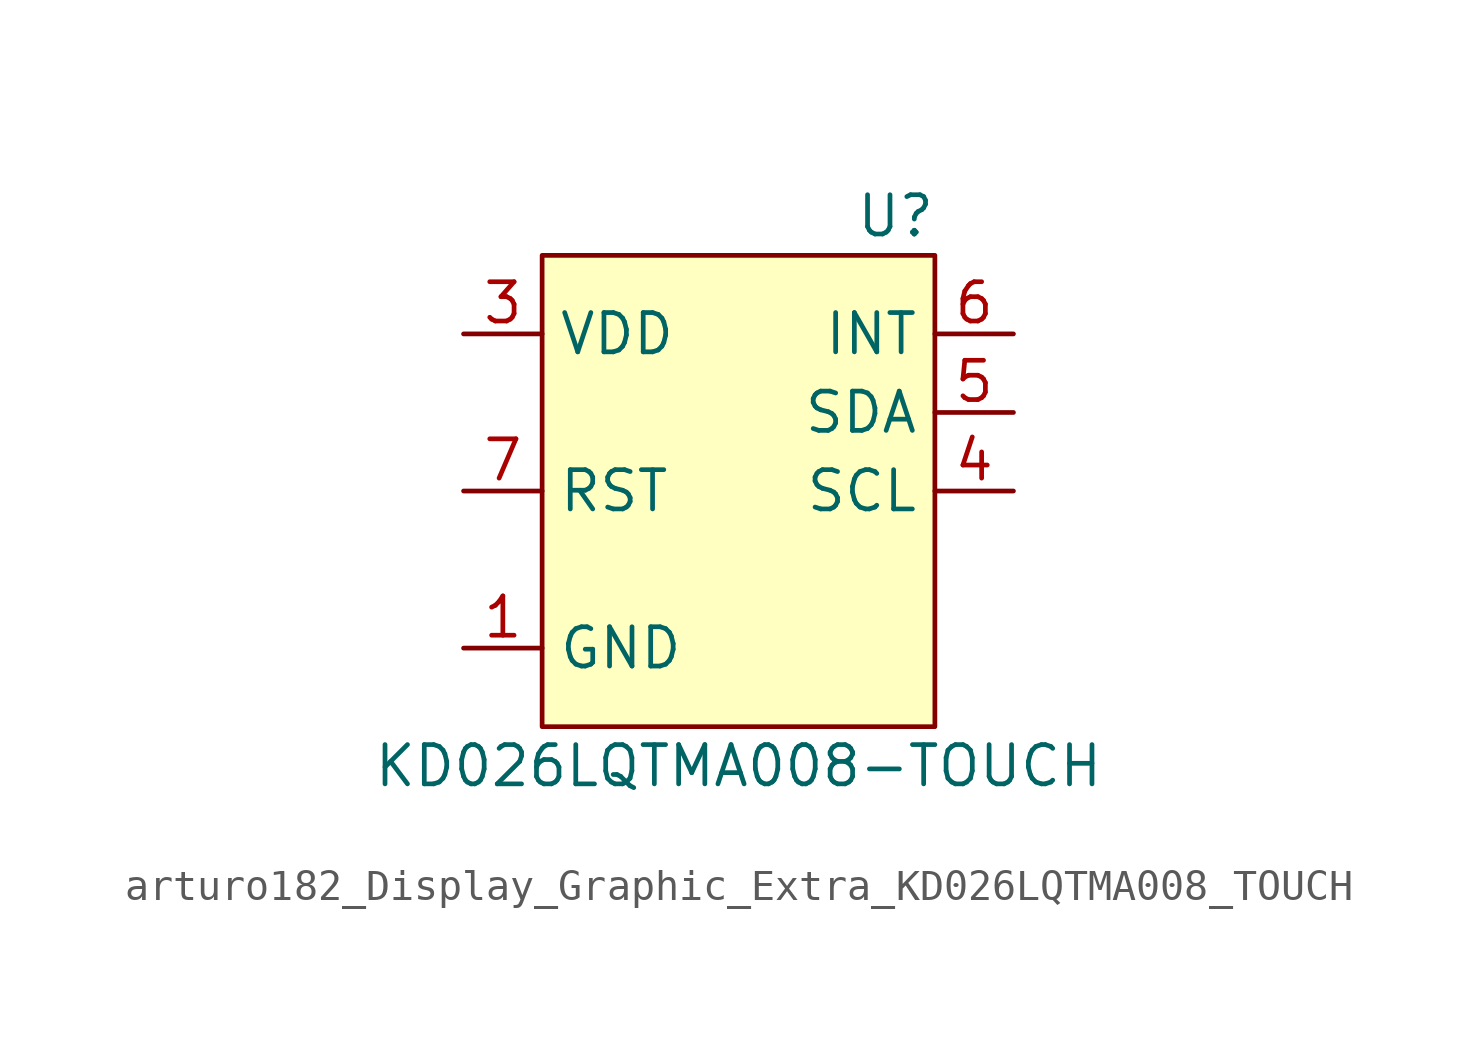
<source format=kicad_sym>
(kicad_symbol_lib
  (version 20220914)
  (generator kicad_symbol_editor)
  (symbol "arturo182_Display_Graphic_Extra_KD026LQTMA008_TOUCH"
    (property "Reference" "U"
      (at 5.08 8.89 0)
      (effects (font (size 1.27 1.27))))
    (property "Value" "KD026LQTMA008-TOUCH"
      (at 0 -8.89 0)
      (effects (font (size 1.27 1.27))))
    (symbol "arturo182_Display_Graphic_Extra_KD026LQTMA008_TOUCH_0_0"
      (pin power_in line (at -8.89 -5.08 0) (length 2.54) (name "GND" (effects (font (size 1.27 1.27)))) (number "1" (effects (font (size 1.27 1.27)))))
      (pin passive line (at -8.89 5.08 0) (length 2.54) hide (name "VDD" (effects (font (size 1.27 1.27)))) (number "2" (effects (font (size 1.27 1.27)))))
      (pin power_in line (at -8.89 5.08 0) (length 2.54) (name "VDD" (effects (font (size 1.27 1.27)))) (number "3" (effects (font (size 1.27 1.27)))))
      (pin input line (at 8.89 0 180) (length 2.54) (name "SCL" (effects (font (size 1.27 1.27)))) (number "4" (effects (font (size 1.27 1.27)))))
      (pin bidirectional line (at 8.89 2.54 180) (length 2.54) (name "SDA" (effects (font (size 1.27 1.27)))) (number "5" (effects (font (size 1.27 1.27)))))
      (pin output line (at 8.89 5.08 180) (length 2.54) (name "INT" (effects (font (size 1.27 1.27)))) (number "6" (effects (font (size 1.27 1.27)))))
      (pin input line (at -8.89 0 0) (length 2.54) (name "RST" (effects (font (size 1.27 1.27)))) (number "7" (effects (font (size 1.27 1.27)))))
      (pin passive line (at -8.89 -5.08 0) (length 2.54) hide (name "GND" (effects (font (size 1.27 1.27)))) (number "8" (effects (font (size 1.27 1.27))))))
    (symbol "arturo182_Display_Graphic_Extra_KD026LQTMA008_TOUCH_0_1"
      (rectangle (start -6.35 7.62) (end 6.35 -7.62) (stroke (width 0.152) (type default)) (fill (type background))))))
</source>
